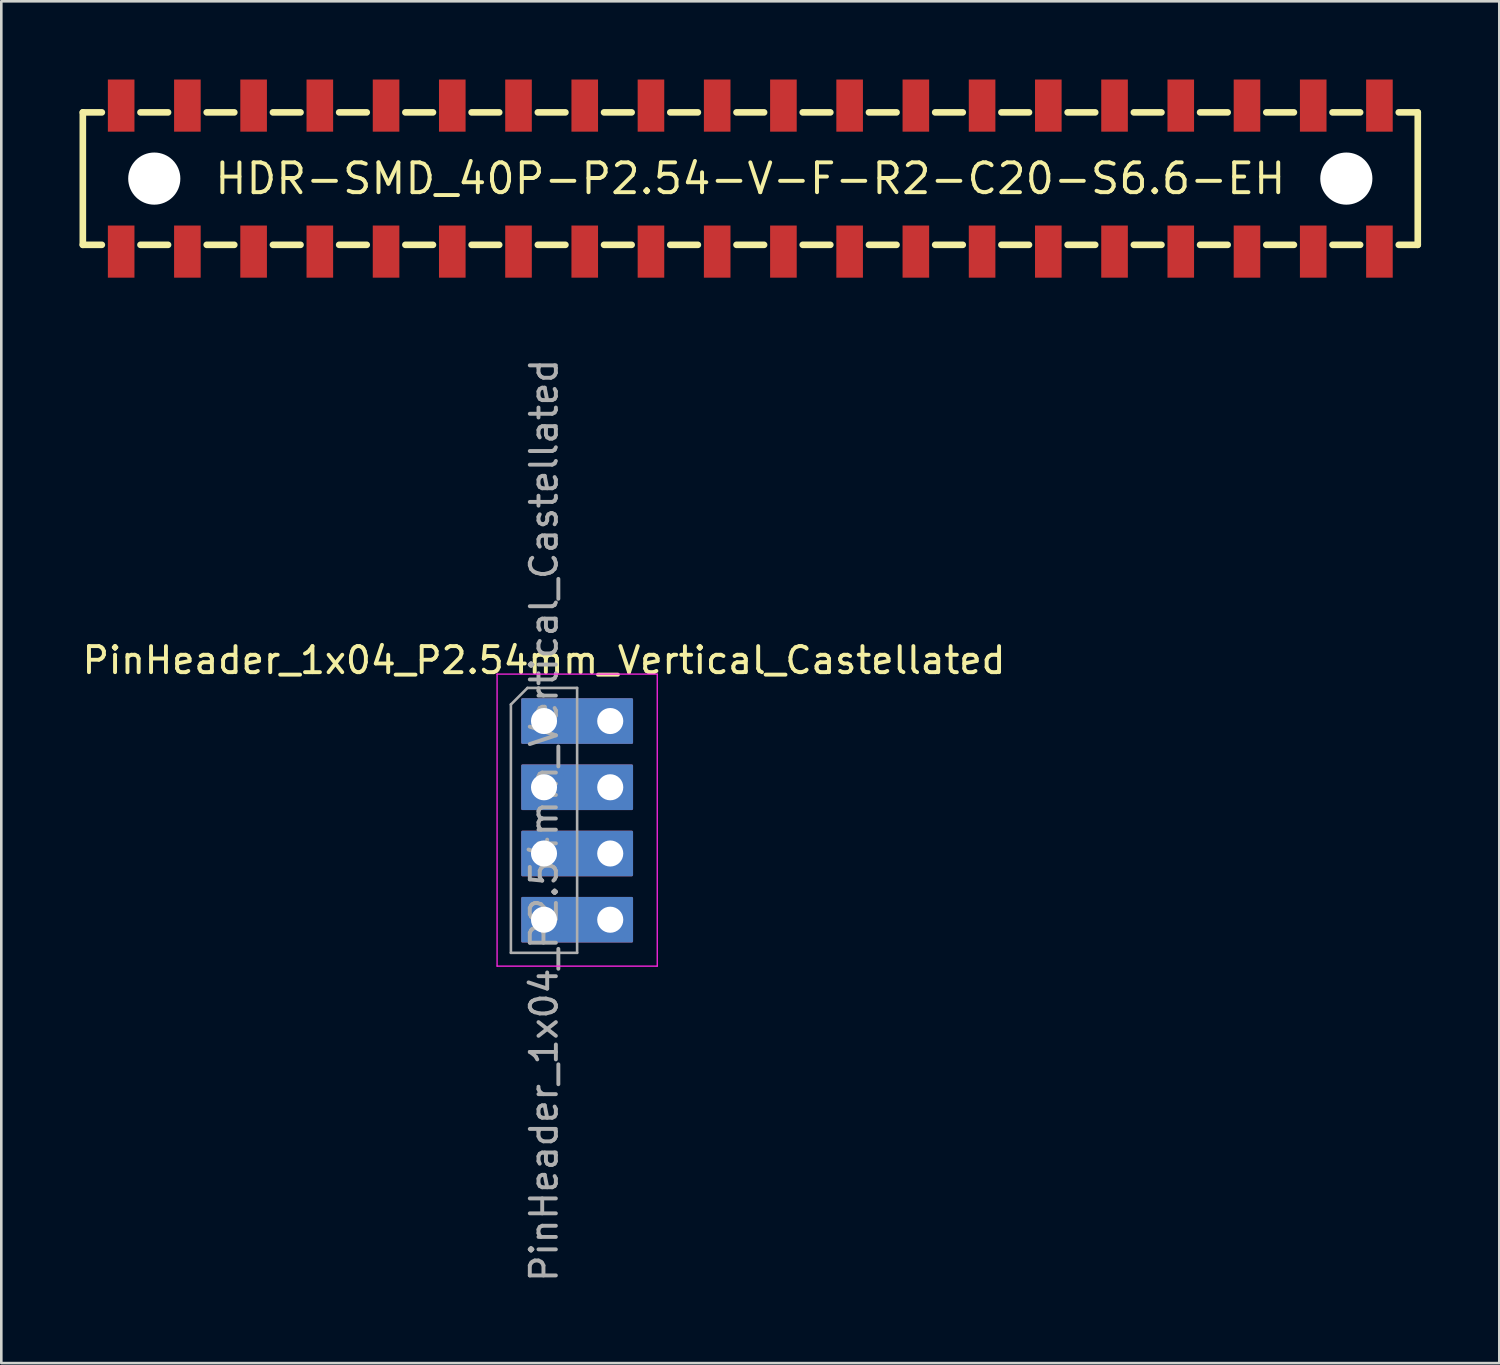
<source format=kicad_pcb>
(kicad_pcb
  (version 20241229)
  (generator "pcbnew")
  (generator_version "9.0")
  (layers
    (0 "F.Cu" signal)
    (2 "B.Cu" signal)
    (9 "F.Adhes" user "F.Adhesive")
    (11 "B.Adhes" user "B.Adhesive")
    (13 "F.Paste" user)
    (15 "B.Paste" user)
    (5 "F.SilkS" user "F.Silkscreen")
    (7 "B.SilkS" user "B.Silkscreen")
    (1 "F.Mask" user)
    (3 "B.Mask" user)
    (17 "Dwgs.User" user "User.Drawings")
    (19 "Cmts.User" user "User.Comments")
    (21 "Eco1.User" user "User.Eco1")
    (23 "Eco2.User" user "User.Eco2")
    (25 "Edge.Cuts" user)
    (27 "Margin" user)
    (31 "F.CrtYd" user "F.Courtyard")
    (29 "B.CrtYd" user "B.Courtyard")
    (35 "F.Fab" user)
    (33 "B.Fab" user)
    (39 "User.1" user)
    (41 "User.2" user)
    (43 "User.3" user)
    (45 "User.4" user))
  (footprint "PinHeader_1x04_P2.54mm_Vertical_Castellated"
    (layer "F.Cu")
    (at 17.815 24.605)
    (property "Reference" "PinHeader_1x04_P2.54mm_Vertical_Castellated" (at 0 -2.33 0) (layer "F.SilkS") (effects (font (size 1 1) (thickness 0.15))))
    (attr through_hole)
    (fp_poly (pts (xy -0.826 -0.826) (xy 3.365 -0.826) (xy 3.365 0.826) (xy -0.826 0.826)) (stroke (width 0.1) (type solid)) (fill yes) (layer "F.Cu"))
    (fp_poly (pts (xy -0.826 1.714) (xy 3.365 1.714) (xy 3.365 3.365) (xy -0.826 3.365)) (stroke (width 0.1) (type solid)) (fill yes) (layer "F.Cu"))
    (fp_poly (pts (xy -0.826 4.255) (xy 3.365 4.255) (xy 3.365 5.905) (xy -0.826 5.905)) (stroke (width 0.1) (type solid)) (fill yes) (layer "F.Cu"))
    (fp_poly (pts (xy -0.826 6.795) (xy 3.365 6.795) (xy 3.365 8.445) (xy -0.826 8.445)) (stroke (width 0.1) (type solid)) (fill yes) (layer "F.Cu"))
    (fp_poly (pts (xy -0.826 -0.826) (xy 3.365 -0.826) (xy 3.365 0.826) (xy -0.826 0.826)) (stroke (width 0.1) (type solid)) (fill yes) (layer "F.Mask"))
    (fp_poly (pts (xy -0.826 1.714) (xy 3.365 1.714) (xy 3.365 3.365) (xy -0.826 3.365)) (stroke (width 0.1) (type solid)) (fill yes) (layer "F.Mask"))
    (fp_poly (pts (xy -0.826 4.255) (xy 3.365 4.255) (xy 3.365 5.905) (xy -0.826 5.905)) (stroke (width 0.1) (type solid)) (fill yes) (layer "F.Mask"))
    (fp_poly (pts (xy -0.826 6.795) (xy 3.365 6.795) (xy 3.365 8.445) (xy -0.826 8.445)) (stroke (width 0.1) (type solid)) (fill yes) (layer "F.Mask"))
    (fp_poly (pts (xy -0.826 -0.826) (xy 3.365 -0.826) (xy 3.365 0.826) (xy -0.826 0.826)) (stroke (width 0.1) (type solid)) (fill yes) (layer "B.Cu"))
    (fp_poly (pts (xy -0.826 1.714) (xy 3.365 1.714) (xy 3.365 3.365) (xy -0.826 3.365)) (stroke (width 0.1) (type solid)) (fill yes) (layer "B.Cu"))
    (fp_poly (pts (xy -0.826 4.255) (xy 3.365 4.255) (xy 3.365 5.905) (xy -0.826 5.905)) (stroke (width 0.1) (type solid)) (fill yes) (layer "B.Cu"))
    (fp_poly (pts (xy -0.826 6.795) (xy 3.365 6.795) (xy 3.365 8.445) (xy -0.826 8.445)) (stroke (width 0.1) (type solid)) (fill yes) (layer "B.Cu"))
    (fp_poly (pts (xy -0.826 -0.826) (xy 3.365 -0.826) (xy 3.365 0.826) (xy -0.826 0.826)) (stroke (width 0.1) (type solid)) (fill yes) (layer "B.Mask"))
    (fp_poly (pts (xy -0.826 1.714) (xy 3.365 1.714) (xy 3.365 3.365) (xy -0.826 3.365)) (stroke (width 0.1) (type solid)) (fill yes) (layer "B.Mask"))
    (fp_poly (pts (xy -0.826 4.255) (xy 3.365 4.255) (xy 3.365 5.905) (xy -0.826 5.905)) (stroke (width 0.1) (type solid)) (fill yes) (layer "B.Mask"))
    (fp_poly (pts (xy -0.826 6.795) (xy 3.365 6.795) (xy 3.365 8.445) (xy -0.826 8.445)) (stroke (width 0.1) (type solid)) (fill yes) (layer "B.Mask"))
    (fp_line (start -1.8 -1.8) (end -1.8 9.4) (stroke (width 0.05) (type solid)) (layer "F.CrtYd"))
    (fp_line (start -1.8 9.4) (end 4.343 9.4) (stroke (width 0.05) (type solid)) (layer "F.CrtYd"))
    (fp_line (start 4.343 -1.8) (end -1.8 -1.8) (stroke (width 0.05) (type solid)) (layer "F.CrtYd"))
    (fp_line (start 4.343 9.4) (end 4.343 -1.8) (stroke (width 0.05) (type solid)) (layer "F.CrtYd"))
    (fp_line (start -1.27 -0.635) (end -0.635 -1.27) (stroke (width 0.1) (type solid)) (layer "F.Fab"))
    (fp_line (start -1.27 8.89) (end -1.27 -0.635) (stroke (width 0.1) (type solid)) (layer "F.Fab"))
    (fp_line (start -0.635 -1.27) (end 1.27 -1.27) (stroke (width 0.1) (type solid)) (layer "F.Fab"))
    (fp_line (start 1.27 -1.27) (end 1.27 8.89) (stroke (width 0.1) (type solid)) (layer "F.Fab"))
    (fp_line (start 1.27 8.89) (end -1.27 8.89) (stroke (width 0.1) (type solid)) (layer "F.Fab"))
    (fp_text user "${REFERENCE}" (at 0 3.81 90) (layer "F.Fab") (effects (font (size 1 1) (thickness 0.15))))
    (pad "1" thru_hole circle (at 0 0) (size 1.7 1.7) (drill 1) (layers "*.Cu" "*.Mask"))
    (pad "1" thru_hole circle (at 2.54 0 90) (size 1.7 1.7) (drill 1) (layers "*.Cu" "*.Mask"))
    (pad "2" thru_hole oval (at 0 2.54) (size 1.7 1.7) (drill 1) (layers "*.Cu" "*.Mask"))
    (pad "2" thru_hole oval (at 2.54 2.54 90) (size 1.7 1.7) (drill 1) (layers "*.Cu" "*.Mask"))
    (pad "3" thru_hole oval (at 0 5.08) (size 1.7 1.7) (drill 1) (layers "*.Cu" "*.Mask"))
    (pad "3" thru_hole oval (at 2.54 5.08) (size 1.7 1.7) (drill 1) (layers "*.Cu" "*.Mask"))
    (pad "4" thru_hole oval (at 0 7.62) (size 1.7 1.7) (drill 1) (layers "*.Cu" "*.Mask"))
    (pad "4" thru_hole oval (at 2.54 7.62) (size 1.7 1.7) (drill 1) (layers "*.Cu" "*.Mask")))
  (footprint "HDR-SMD_40P-P2.54-V-F-R2-C20-S6.6-EH"
    (layer "F.Cu")
    (at 25.727 3.8)
    (property "Reference" "HDR-SMD_40P-P2.54-V-F-R2-C20-S6.6-EH" (at 0 0 0) (layer "F.SilkS") (effects (font (size 1.143 1.143) (thickness 0.152))))
    (attr smd)
    (fp_line (start -25.6 -2.54) (end -25.6 2.54) (stroke (width 0.254) (type solid)) (layer "F.SilkS"))
    (fp_line (start -25.6 -2.54) (end -24.871 -2.54) (stroke (width 0.254) (type solid)) (layer "F.SilkS"))
    (fp_line (start -25.6 2.54) (end -24.871 2.54) (stroke (width 0.254) (type solid)) (layer "F.SilkS"))
    (fp_line (start -23.389 -2.54) (end -22.331 -2.54) (stroke (width 0.254) (type solid)) (layer "F.SilkS"))
    (fp_line (start -23.389 2.54) (end -22.331 2.54) (stroke (width 0.254) (type solid)) (layer "F.SilkS"))
    (fp_line (start -20.849 -2.54) (end -19.791 -2.54) (stroke (width 0.254) (type solid)) (layer "F.SilkS"))
    (fp_line (start -20.849 2.54) (end -19.791 2.54) (stroke (width 0.254) (type solid)) (layer "F.SilkS"))
    (fp_line (start -18.309 -2.54) (end -17.251 -2.54) (stroke (width 0.254) (type solid)) (layer "F.SilkS"))
    (fp_line (start -18.309 2.54) (end -17.251 2.54) (stroke (width 0.254) (type solid)) (layer "F.SilkS"))
    (fp_line (start -15.769 -2.54) (end -14.711 -2.54) (stroke (width 0.254) (type solid)) (layer "F.SilkS"))
    (fp_line (start -15.769 2.54) (end -14.711 2.54) (stroke (width 0.254) (type solid)) (layer "F.SilkS"))
    (fp_line (start -13.229 -2.54) (end -12.171 -2.54) (stroke (width 0.254) (type solid)) (layer "F.SilkS"))
    (fp_line (start -13.229 2.54) (end -12.171 2.54) (stroke (width 0.254) (type solid)) (layer "F.SilkS"))
    (fp_line (start -10.689 -2.54) (end -9.631 -2.54) (stroke (width 0.254) (type solid)) (layer "F.SilkS"))
    (fp_line (start -10.689 2.54) (end -9.631 2.54) (stroke (width 0.254) (type solid)) (layer "F.SilkS"))
    (fp_line (start -8.149 -2.54) (end -7.091 -2.54) (stroke (width 0.254) (type solid)) (layer "F.SilkS"))
    (fp_line (start -8.149 2.54) (end -7.091 2.54) (stroke (width 0.254) (type solid)) (layer "F.SilkS"))
    (fp_line (start -5.609 -2.54) (end -4.551 -2.54) (stroke (width 0.254) (type solid)) (layer "F.SilkS"))
    (fp_line (start -5.609 2.54) (end -4.551 2.54) (stroke (width 0.254) (type solid)) (layer "F.SilkS"))
    (fp_line (start -3.069 -2.54) (end -2.011 -2.54) (stroke (width 0.254) (type solid)) (layer "F.SilkS"))
    (fp_line (start -3.069 2.54) (end -2.011 2.54) (stroke (width 0.254) (type solid)) (layer "F.SilkS"))
    (fp_line (start -0.529 -2.54) (end 0.529 -2.54) (stroke (width 0.254) (type solid)) (layer "F.SilkS"))
    (fp_line (start -0.529 2.54) (end 0.529 2.54) (stroke (width 0.254) (type solid)) (layer "F.SilkS"))
    (fp_line (start 2.011 -2.54) (end 3.069 -2.54) (stroke (width 0.254) (type solid)) (layer "F.SilkS"))
    (fp_line (start 2.011 2.54) (end 3.069 2.54) (stroke (width 0.254) (type solid)) (layer "F.SilkS"))
    (fp_line (start 4.551 -2.54) (end 5.609 -2.54) (stroke (width 0.254) (type solid)) (layer "F.SilkS"))
    (fp_line (start 4.551 2.54) (end 5.609 2.54) (stroke (width 0.254) (type solid)) (layer "F.SilkS"))
    (fp_line (start 7.091 -2.54) (end 8.149 -2.54) (stroke (width 0.254) (type solid)) (layer "F.SilkS"))
    (fp_line (start 7.091 2.54) (end 8.149 2.54) (stroke (width 0.254) (type solid)) (layer "F.SilkS"))
    (fp_line (start 9.631 -2.54) (end 10.689 -2.54) (stroke (width 0.254) (type solid)) (layer "F.SilkS"))
    (fp_line (start 9.631 2.54) (end 10.689 2.54) (stroke (width 0.254) (type solid)) (layer "F.SilkS"))
    (fp_line (start 12.171 -2.54) (end 13.229 -2.54) (stroke (width 0.254) (type solid)) (layer "F.SilkS"))
    (fp_line (start 12.171 2.54) (end 13.229 2.54) (stroke (width 0.254) (type solid)) (layer "F.SilkS"))
    (fp_line (start 14.711 -2.54) (end 15.769 -2.54) (stroke (width 0.254) (type solid)) (layer "F.SilkS"))
    (fp_line (start 14.711 2.54) (end 15.769 2.54) (stroke (width 0.254) (type solid)) (layer "F.SilkS"))
    (fp_line (start 17.251 -2.54) (end 18.309 -2.54) (stroke (width 0.254) (type solid)) (layer "F.SilkS"))
    (fp_line (start 17.251 2.54) (end 18.309 2.54) (stroke (width 0.254) (type solid)) (layer "F.SilkS"))
    (fp_line (start 19.791 -2.54) (end 20.849 -2.54) (stroke (width 0.254) (type solid)) (layer "F.SilkS"))
    (fp_line (start 19.791 2.54) (end 20.849 2.54) (stroke (width 0.254) (type solid)) (layer "F.SilkS"))
    (fp_line (start 22.331 -2.54) (end 23.389 -2.54) (stroke (width 0.254) (type solid)) (layer "F.SilkS"))
    (fp_line (start 22.331 2.54) (end 23.389 2.54) (stroke (width 0.254) (type solid)) (layer "F.SilkS"))
    (fp_line (start 24.871 -2.54) (end 25.6 -2.54) (stroke (width 0.254) (type solid)) (layer "F.SilkS"))
    (fp_line (start 24.871 2.54) (end 25.6 2.54) (stroke (width 0.254) (type solid)) (layer "F.SilkS"))
    (fp_line (start 25.6 -2.54) (end 25.6 2.54) (stroke (width 0.254) (type solid)) (layer "F.SilkS"))
    (fp_circle (center -22.86 0) (end -22.41 0) (stroke (width 0.9) (type solid)) (fill no) (layer "Cmts.User"))
    (fp_circle (center 22.86 0) (end 23.31 0) (stroke (width 0.9) (type solid)) (fill no) (layer "Cmts.User"))
    (pad "" np_thru_hole circle (at -22.86 0) (size 2 2) (drill 2) (layers "*.Cu" "*.Mask"))
    (pad "" np_thru_hole circle (at 22.86 0) (size 2 2) (drill 2) (layers "*.Cu" "*.Mask"))
    (pad "1" smd rect (at -24.13 2.8) (size 1.02 2) (layers "F.Cu" "F.Mask" "F.Paste"))
    (pad "2" smd rect (at -24.13 -2.8) (size 1.02 2) (layers "F.Cu" "F.Mask" "F.Paste"))
    (pad "3" smd rect (at -21.59 2.8) (size 1.02 2) (layers "F.Cu" "F.Mask" "F.Paste"))
    (pad "4" smd rect (at -21.59 -2.8) (size 1.02 2) (layers "F.Cu" "F.Mask" "F.Paste"))
    (pad "5" smd rect (at -19.05 2.8 180) (size 1.02 2) (layers "F.Cu" "F.Mask" "F.Paste"))
    (pad "6" smd rect (at -19.05 -2.8 180) (size 1.02 2) (layers "F.Cu" "F.Mask" "F.Paste"))
    (pad "7" smd rect (at -16.51 2.8 180) (size 1.02 2) (layers "F.Cu" "F.Mask" "F.Paste"))
    (pad "8" smd rect (at -16.51 -2.8 180) (size 1.02 2) (layers "F.Cu" "F.Mask" "F.Paste"))
    (pad "9" smd rect (at -13.97 2.8 180) (size 1.02 2) (layers "F.Cu" "F.Mask" "F.Paste"))
    (pad "10" smd rect (at -13.97 -2.8 180) (size 1.02 2) (layers "F.Cu" "F.Mask" "F.Paste"))
    (pad "11" smd rect (at -11.43 2.8 180) (size 1.02 2) (layers "F.Cu" "F.Mask" "F.Paste"))
    (pad "12" smd rect (at -11.43 -2.8 180) (size 1.02 2) (layers "F.Cu" "F.Mask" "F.Paste"))
    (pad "13" smd rect (at -8.89 2.8 180) (size 1.02 2) (layers "F.Cu" "F.Mask" "F.Paste"))
    (pad "14" smd rect (at -8.89 -2.8 180) (size 1.02 2) (layers "F.Cu" "F.Mask" "F.Paste"))
    (pad "15" smd rect (at -6.35 2.8 180) (size 1.02 2) (layers "F.Cu" "F.Mask" "F.Paste"))
    (pad "16" smd rect (at -6.35 -2.8 180) (size 1.02 2) (layers "F.Cu" "F.Mask" "F.Paste"))
    (pad "17" smd rect (at -3.81 2.8 180) (size 1.02 2) (layers "F.Cu" "F.Mask" "F.Paste"))
    (pad "18" smd rect (at -3.81 -2.8 180) (size 1.02 2) (layers "F.Cu" "F.Mask" "F.Paste"))
    (pad "19" smd rect (at -1.27 2.8 180) (size 1.02 2) (layers "F.Cu" "F.Mask" "F.Paste"))
    (pad "20" smd rect (at -1.27 -2.8 180) (size 1.02 2) (layers "F.Cu" "F.Mask" "F.Paste"))
    (pad "21" smd rect (at 1.27 2.8 180) (size 1.02 2) (layers "F.Cu" "F.Mask" "F.Paste"))
    (pad "22" smd rect (at 1.27 -2.8 180) (size 1.02 2) (layers "F.Cu" "F.Mask" "F.Paste"))
    (pad "23" smd rect (at 3.81 2.8 180) (size 1.02 2) (layers "F.Cu" "F.Mask" "F.Paste"))
    (pad "24" smd rect (at 3.81 -2.8 180) (size 1.02 2) (layers "F.Cu" "F.Mask" "F.Paste"))
    (pad "25" smd rect (at 6.35 2.8 180) (size 1.02 2) (layers "F.Cu" "F.Mask" "F.Paste"))
    (pad "26" smd rect (at 6.35 -2.8 180) (size 1.02 2) (layers "F.Cu" "F.Mask" "F.Paste"))
    (pad "27" smd rect (at 8.89 2.8 180) (size 1.02 2) (layers "F.Cu" "F.Mask" "F.Paste"))
    (pad "28" smd rect (at 8.89 -2.8 180) (size 1.02 2) (layers "F.Cu" "F.Mask" "F.Paste"))
    (pad "29" smd rect (at 11.43 2.8 180) (size 1.02 2) (layers "F.Cu" "F.Mask" "F.Paste"))
    (pad "30" smd rect (at 11.43 -2.8 180) (size 1.02 2) (layers "F.Cu" "F.Mask" "F.Paste"))
    (pad "31" smd rect (at 13.97 2.8 180) (size 1.02 2) (layers "F.Cu" "F.Mask" "F.Paste"))
    (pad "32" smd rect (at 13.97 -2.8 180) (size 1.02 2) (layers "F.Cu" "F.Mask" "F.Paste"))
    (pad "33" smd rect (at 16.51 2.8 180) (size 1.02 2) (layers "F.Cu" "F.Mask" "F.Paste"))
    (pad "34" smd rect (at 16.51 -2.8 180) (size 1.02 2) (layers "F.Cu" "F.Mask" "F.Paste"))
    (pad "35" smd rect (at 19.05 2.8 180) (size 1.02 2) (layers "F.Cu" "F.Mask" "F.Paste"))
    (pad "36" smd rect (at 19.05 -2.8 180) (size 1.02 2) (layers "F.Cu" "F.Mask" "F.Paste"))
    (pad "37" smd rect (at 21.59 2.8 180) (size 1.02 2) (layers "F.Cu" "F.Mask" "F.Paste"))
    (pad "38" smd rect (at 21.59 -2.8 180) (size 1.02 2) (layers "F.Cu" "F.Mask" "F.Paste"))
    (pad "39" smd rect (at 24.13 2.8 180) (size 1.02 2) (layers "F.Cu" "F.Mask" "F.Paste"))
    (pad "40" smd rect (at 24.13 -2.8 180) (size 1.02 2) (layers "F.Cu" "F.Mask" "F.Paste")))
  (gr_rect
    (start -3 -3)
    (end 54.454 49.231)
    (stroke (width 0.1) (type default))
    (fill no)
    (layer "Edge.Cuts")))
</source>
